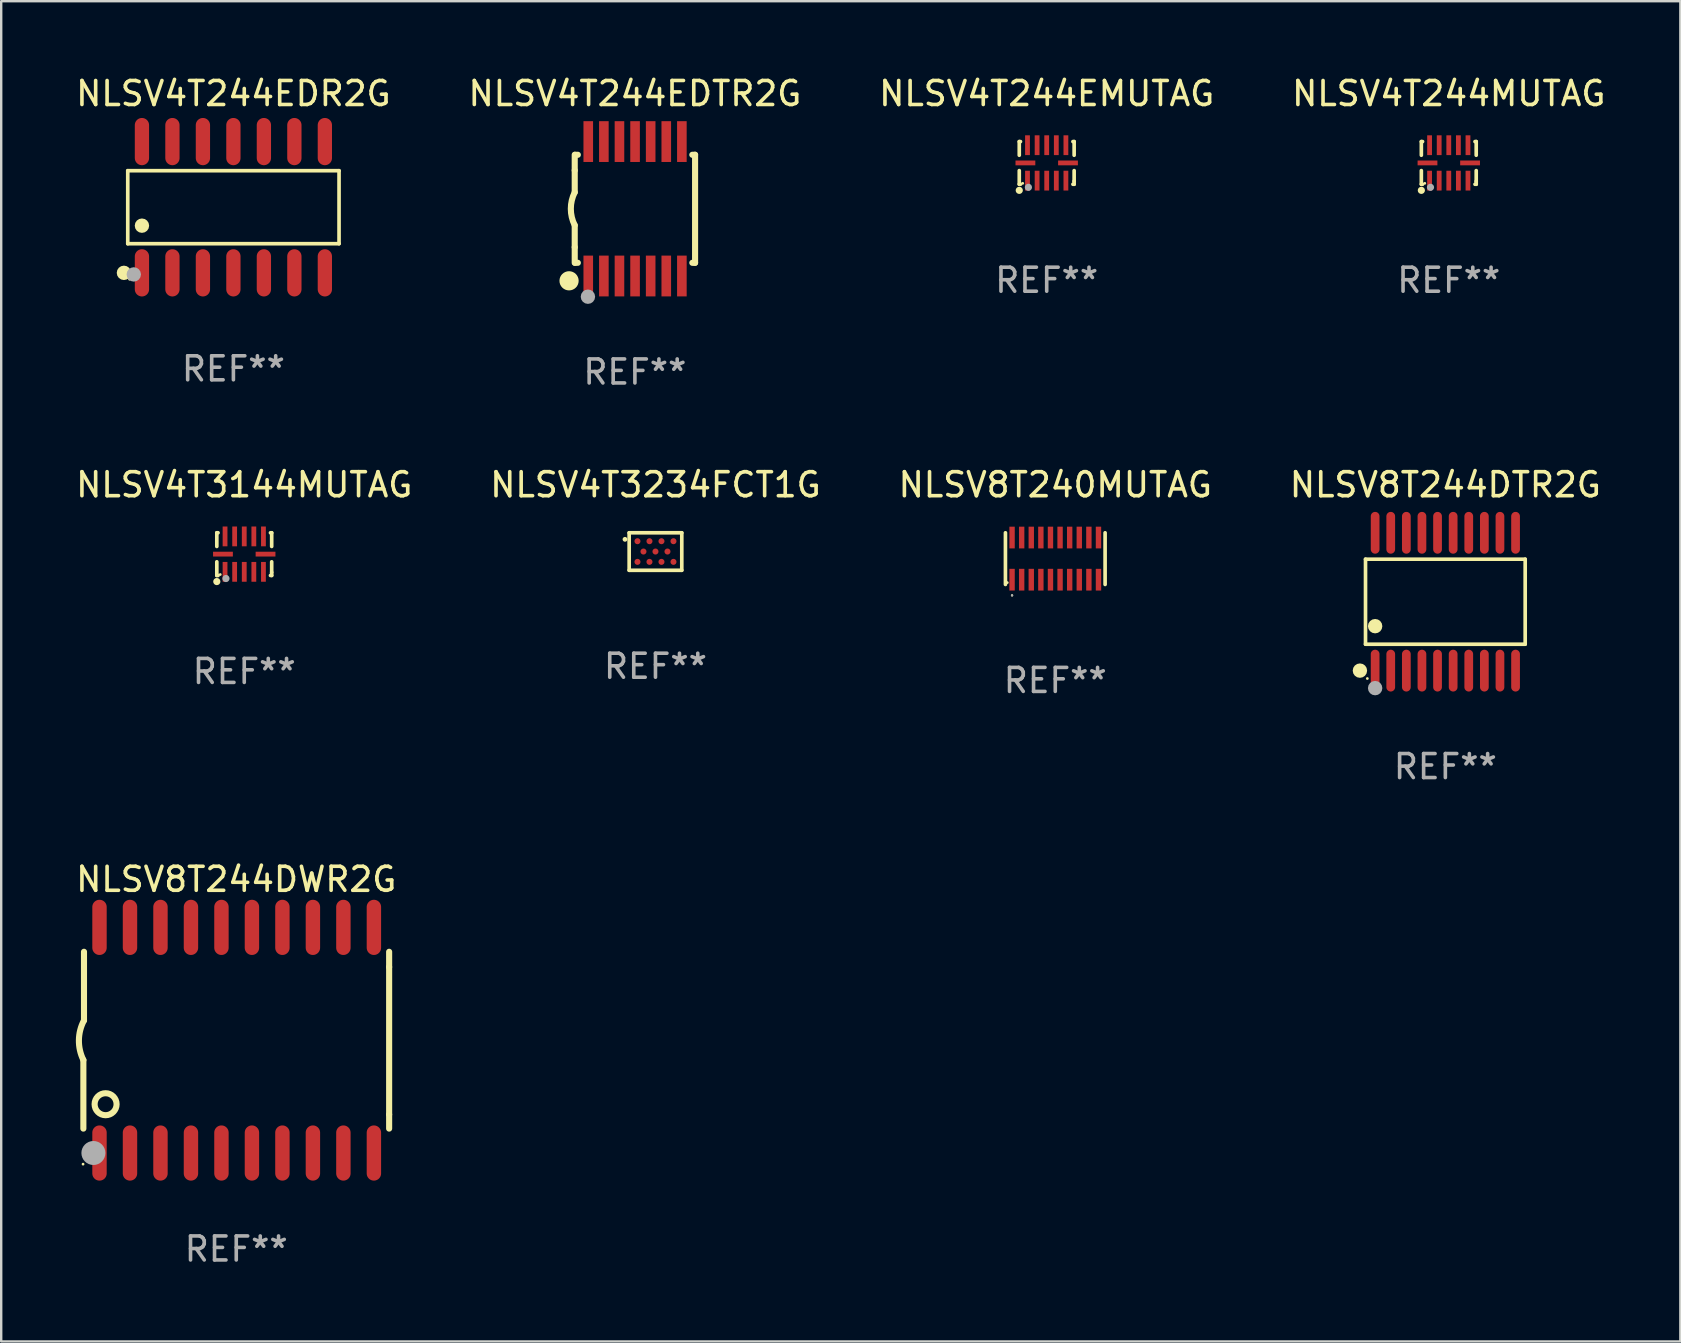
<source format=kicad_pcb>
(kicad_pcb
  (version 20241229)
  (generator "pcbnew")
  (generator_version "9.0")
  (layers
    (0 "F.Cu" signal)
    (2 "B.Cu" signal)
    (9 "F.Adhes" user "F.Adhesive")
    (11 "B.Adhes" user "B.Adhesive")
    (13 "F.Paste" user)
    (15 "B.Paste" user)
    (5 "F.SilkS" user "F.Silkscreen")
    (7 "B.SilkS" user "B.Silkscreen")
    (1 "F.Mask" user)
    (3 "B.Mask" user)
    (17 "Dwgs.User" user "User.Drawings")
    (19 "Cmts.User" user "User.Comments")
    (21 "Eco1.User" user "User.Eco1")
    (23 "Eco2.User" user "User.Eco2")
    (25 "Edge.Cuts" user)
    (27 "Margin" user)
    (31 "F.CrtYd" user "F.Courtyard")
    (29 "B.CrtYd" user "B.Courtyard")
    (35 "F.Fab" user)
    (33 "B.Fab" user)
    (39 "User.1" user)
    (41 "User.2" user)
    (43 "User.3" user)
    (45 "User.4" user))
  (footprint "NLSV8T240MUTAG"
    (layer "F.Cu")
    (at 40.911 20.221)
    (property "Reference" "NLSV8T240MUTAG" (at 0 -3.076 0) (layer "F.SilkS") (effects (font (size 1 1) (thickness 0.15))))
    (attr through_hole)
    (fp_line (start -2.076 1.076) (end -2.076 -1.076) (stroke (width 0.152) (type solid)) (layer "F.SilkS"))
    (fp_line (start 2.076 1.076) (end 2.076 -1.076) (stroke (width 0.152) (type solid)) (layer "F.SilkS"))
    (fp_circle (center -2 1) (end -1.97 1) (stroke (width 0.06) (type solid)) (fill no) (layer "F.SilkS"))
    (fp_circle (center -1.8 1.531) (end -1.775 1.531) (stroke (width 0.05) (type solid)) (fill no) (layer "F.SilkS"))
    (fp_circle (center -1.8 1.531) (end -1.775 1.531) (stroke (width 0.05) (type solid)) (fill no) (layer "F.Fab"))
    (fp_text user "REF**" (at 0 5.076 0) (layer "F.Fab") (effects (font (size 1 1) (thickness 0.15))))
    (pad "1" smd rect (at -1.8 0.878) (size 0.224 0.905) (layers "F.Cu" "F.Mask" "F.Paste"))
    (pad "2" smd rect (at -1.4 0.878) (size 0.224 0.905) (layers "F.Cu" "F.Mask" "F.Paste"))
    (pad "3" smd rect (at -1 0.878) (size 0.224 0.905) (layers "F.Cu" "F.Mask" "F.Paste"))
    (pad "4" smd rect (at -0.6 0.878) (size 0.224 0.905) (layers "F.Cu" "F.Mask" "F.Paste"))
    (pad "5" smd rect (at -0.2 0.878) (size 0.224 0.905) (layers "F.Cu" "F.Mask" "F.Paste"))
    (pad "6" smd rect (at 0.2 0.878) (size 0.224 0.905) (layers "F.Cu" "F.Mask" "F.Paste"))
    (pad "7" smd rect (at 0.6 0.878) (size 0.224 0.905) (layers "F.Cu" "F.Mask" "F.Paste"))
    (pad "8" smd rect (at 1 0.878) (size 0.224 0.905) (layers "F.Cu" "F.Mask" "F.Paste"))
    (pad "9" smd rect (at 1.4 0.878) (size 0.224 0.905) (layers "F.Cu" "F.Mask" "F.Paste"))
    (pad "10" smd rect (at 1.8 0.878) (size 0.224 0.905) (layers "F.Cu" "F.Mask" "F.Paste"))
    (pad "11" smd rect (at 1.8 -0.878) (size 0.224 0.905) (layers "F.Cu" "F.Mask" "F.Paste"))
    (pad "12" smd rect (at 1.4 -0.878) (size 0.224 0.905) (layers "F.Cu" "F.Mask" "F.Paste"))
    (pad "13" smd rect (at 1 -0.878) (size 0.224 0.905) (layers "F.Cu" "F.Mask" "F.Paste"))
    (pad "14" smd rect (at 0.6 -0.878) (size 0.224 0.905) (layers "F.Cu" "F.Mask" "F.Paste"))
    (pad "15" smd rect (at 0.2 -0.878) (size 0.224 0.905) (layers "F.Cu" "F.Mask" "F.Paste"))
    (pad "16" smd rect (at -0.2 -0.878) (size 0.224 0.905) (layers "F.Cu" "F.Mask" "F.Paste"))
    (pad "17" smd rect (at -0.6 -0.878) (size 0.224 0.905) (layers "F.Cu" "F.Mask" "F.Paste"))
    (pad "18" smd rect (at -1 -0.878) (size 0.224 0.905) (layers "F.Cu" "F.Mask" "F.Paste"))
    (pad "19" smd rect (at -1.4 -0.878) (size 0.224 0.905) (layers "F.Cu" "F.Mask" "F.Paste"))
    (pad "20" smd rect (at -1.8 -0.878) (size 0.224 0.905) (layers "F.Cu" "F.Mask" "F.Paste")))
  (footprint "NLSV4T3144MUTAG"
    (layer "F.Cu")
    (at 7.125 20.034)
    (property "Reference" "NLSV4T3144MUTAG" (at 0 -2.889 0) (layer "F.SilkS") (effects (font (size 1 1) (thickness 0.15))))
    (attr through_hole)
    (fp_line (start -1.143 -0.889) (end -1.143 -0.32) (stroke (width 0.152) (type solid)) (layer "F.SilkS"))
    (fp_line (start -1.143 0.32) (end -1.143 0.889) (stroke (width 0.152) (type solid)) (layer "F.SilkS"))
    (fp_line (start -1.143 0.889) (end -1.092 0.889) (stroke (width 0.152) (type solid)) (layer "F.SilkS"))
    (fp_line (start -1.092 -0.889) (end -1.143 -0.889) (stroke (width 0.152) (type solid)) (layer "F.SilkS"))
    (fp_line (start 1.092 0.889) (end 1.143 0.889) (stroke (width 0.152) (type solid)) (layer "F.SilkS"))
    (fp_line (start 1.143 -0.889) (end 1.092 -0.889) (stroke (width 0.152) (type solid)) (layer "F.SilkS"))
    (fp_line (start 1.143 -0.32) (end 1.143 -0.889) (stroke (width 0.152) (type solid)) (layer "F.SilkS"))
    (fp_line (start 1.143 0.762) (end 1.143 0.32) (stroke (width 0.152) (type solid)) (layer "F.SilkS"))
    (fp_line (start 1.143 0.889) (end 1.143 0.762) (stroke (width 0.152) (type solid)) (layer "F.SilkS"))
    (fp_circle (center -1.143 1.143) (end -1.068 1.143) (stroke (width 0.15) (type solid)) (fill no) (layer "F.SilkS"))
    (fp_circle (center -1 0.85) (end -0.97 0.85) (stroke (width 0.06) (type solid)) (fill no) (layer "F.SilkS"))
    (fp_circle (center -0.762 1.016) (end -0.687 1.016) (stroke (width 0.15) (type solid)) (fill no) (layer "F.Fab"))
    (fp_text user "REF**" (at 0 4.889 0) (layer "F.Fab") (effects (font (size 1 1) (thickness 0.15))))
    (pad "1" smd rect (at -0.8 0.738) (size 0.2 0.825) (layers "F.Cu" "F.Mask" "F.Paste"))
    (pad "2" smd rect (at -0.4 0.738) (size 0.2 0.825) (layers "F.Cu" "F.Mask" "F.Paste"))
    (pad "3" smd rect (at 0 0.738) (size 0.2 0.825) (layers "F.Cu" "F.Mask" "F.Paste"))
    (pad "4" smd rect (at 0.4 0.738) (size 0.2 0.825) (layers "F.Cu" "F.Mask" "F.Paste"))
    (pad "5" smd rect (at 0.8 0.738) (size 0.2 0.825) (layers "F.Cu" "F.Mask" "F.Paste"))
    (pad "6" smd rect (at 0.887 0) (size 0.825 0.2) (layers "F.Cu" "F.Mask" "F.Paste"))
    (pad "7" smd rect (at 0.8 -0.738) (size 0.2 0.825) (layers "F.Cu" "F.Mask" "F.Paste"))
    (pad "8" smd rect (at 0.4 -0.738) (size 0.2 0.825) (layers "F.Cu" "F.Mask" "F.Paste"))
    (pad "9" smd rect (at 0 -0.738) (size 0.2 0.825) (layers "F.Cu" "F.Mask" "F.Paste"))
    (pad "10" smd rect (at -0.4 -0.738) (size 0.2 0.825) (layers "F.Cu" "F.Mask" "F.Paste"))
    (pad "11" smd rect (at -0.8 -0.738) (size 0.2 0.825) (layers "F.Cu" "F.Mask" "F.Paste"))
    (pad "12" smd rect (at -0.887 0) (size 0.825 0.2) (layers "F.Cu" "F.Mask" "F.Paste")))
  (footprint "NLSV4T244EDR2G"
    (layer "F.Cu")
    (at 6.673 5.582)
    (property "Reference" "NLSV4T244EDR2G" (at 0 -4.734 0) (layer "F.SilkS") (effects (font (size 1 1) (thickness 0.15))))
    (attr through_hole)
    (fp_line (start -4.401 -1.521) (end 4.401 -1.521) (stroke (width 0.152) (type solid)) (layer "F.SilkS"))
    (fp_line (start -4.401 1.521) (end -4.401 -1.521) (stroke (width 0.152) (type solid)) (layer "F.SilkS"))
    (fp_line (start 4.401 -1.521) (end 4.401 1.521) (stroke (width 0.152) (type solid)) (layer "F.SilkS"))
    (fp_line (start 4.401 1.521) (end -4.401 1.521) (stroke (width 0.152) (type solid)) (layer "F.SilkS"))
    (fp_circle (center -4.56 2.734) (end -4.41 2.734) (stroke (width 0.3) (type solid)) (fill no) (layer "F.SilkS"))
    (fp_circle (center -4.325 3) (end -4.295 3) (stroke (width 0.06) (type solid)) (fill no) (layer "F.SilkS"))
    (fp_circle (center -3.81 0.769) (end -3.66 0.769) (stroke (width 0.3) (type solid)) (fill no) (layer "F.SilkS"))
    (fp_circle (center -4.15 2.8) (end -4 2.8) (stroke (width 0.3) (type solid)) (fill no) (layer "F.Fab"))
    (fp_text user "REF**" (at 0 6.734 0) (layer "F.Fab") (effects (font (size 1 1) (thickness 0.15))))
    (pad "1" smd oval (at -3.81 2.734) (size 0.595 1.968) (layers "F.Cu" "F.Mask" "F.Paste"))
    (pad "2" smd oval (at -2.54 2.734) (size 0.595 1.968) (layers "F.Cu" "F.Mask" "F.Paste"))
    (pad "3" smd oval (at -1.27 2.734) (size 0.595 1.968) (layers "F.Cu" "F.Mask" "F.Paste"))
    (pad "4" smd oval (at 0 2.734) (size 0.595 1.968) (layers "F.Cu" "F.Mask" "F.Paste"))
    (pad "5" smd oval (at 1.27 2.734) (size 0.595 1.968) (layers "F.Cu" "F.Mask" "F.Paste"))
    (pad "6" smd oval (at 2.54 2.734) (size 0.595 1.968) (layers "F.Cu" "F.Mask" "F.Paste"))
    (pad "7" smd oval (at 3.81 2.734) (size 0.595 1.968) (layers "F.Cu" "F.Mask" "F.Paste"))
    (pad "8" smd oval (at 3.81 -2.734) (size 0.595 1.968) (layers "F.Cu" "F.Mask" "F.Paste"))
    (pad "9" smd oval (at 2.54 -2.734) (size 0.595 1.968) (layers "F.Cu" "F.Mask" "F.Paste"))
    (pad "10" smd oval (at 1.27 -2.734) (size 0.595 1.968) (layers "F.Cu" "F.Mask" "F.Paste"))
    (pad "11" smd oval (at 0 -2.734) (size 0.595 1.968) (layers "F.Cu" "F.Mask" "F.Paste"))
    (pad "12" smd oval (at -1.27 -2.734) (size 0.595 1.968) (layers "F.Cu" "F.Mask" "F.Paste"))
    (pad "13" smd oval (at -2.54 -2.734) (size 0.595 1.968) (layers "F.Cu" "F.Mask" "F.Paste"))
    (pad "14" smd oval (at -3.81 -2.734) (size 0.595 1.968) (layers "F.Cu" "F.Mask" "F.Paste")))
  (footprint "NLSV8T244DTR2G"
    (layer "F.Cu")
    (at 57.161 22.016)
    (property "Reference" "NLSV8T244DTR2G" (at 0 -4.871 0) (layer "F.SilkS") (effects (font (size 1 1) (thickness 0.15))))
    (attr through_hole)
    (fp_line (start -3.326 -1.771) (end 3.326 -1.771) (stroke (width 0.152) (type solid)) (layer "F.SilkS"))
    (fp_line (start -3.326 1.771) (end -3.326 -1.771) (stroke (width 0.152) (type solid)) (layer "F.SilkS"))
    (fp_line (start 3.326 -1.771) (end 3.326 1.771) (stroke (width 0.152) (type solid)) (layer "F.SilkS"))
    (fp_line (start 3.326 1.771) (end -3.326 1.771) (stroke (width 0.152) (type solid)) (layer "F.SilkS"))
    (fp_circle (center -3.559 2.871) (end -3.409 2.871) (stroke (width 0.3) (type solid)) (fill no) (layer "F.SilkS"))
    (fp_circle (center -3.25 3.2) (end -3.22 3.2) (stroke (width 0.06) (type solid)) (fill no) (layer "F.SilkS"))
    (fp_circle (center -2.925 1.019) (end -2.775 1.019) (stroke (width 0.3) (type solid)) (fill no) (layer "F.SilkS"))
    (fp_circle (center -2.925 3.6) (end -2.775 3.6) (stroke (width 0.3) (type solid)) (fill no) (layer "F.Fab"))
    (fp_text user "REF**" (at 0 6.871 0) (layer "F.Fab") (effects (font (size 1 1) (thickness 0.15))))
    (pad "1" smd oval (at -2.925 2.871) (size 0.364 1.742) (layers "F.Cu" "F.Mask" "F.Paste"))
    (pad "2" smd oval (at -2.275 2.871) (size 0.364 1.742) (layers "F.Cu" "F.Mask" "F.Paste"))
    (pad "3" smd oval (at -1.625 2.871) (size 0.364 1.742) (layers "F.Cu" "F.Mask" "F.Paste"))
    (pad "4" smd oval (at -0.975 2.871) (size 0.364 1.742) (layers "F.Cu" "F.Mask" "F.Paste"))
    (pad "5" smd oval (at -0.325 2.871) (size 0.364 1.742) (layers "F.Cu" "F.Mask" "F.Paste"))
    (pad "6" smd oval (at 0.325 2.871) (size 0.364 1.742) (layers "F.Cu" "F.Mask" "F.Paste"))
    (pad "7" smd oval (at 0.975 2.871) (size 0.364 1.742) (layers "F.Cu" "F.Mask" "F.Paste"))
    (pad "8" smd oval (at 1.625 2.871) (size 0.364 1.742) (layers "F.Cu" "F.Mask" "F.Paste"))
    (pad "9" smd oval (at 2.275 2.871) (size 0.364 1.742) (layers "F.Cu" "F.Mask" "F.Paste"))
    (pad "10" smd oval (at 2.925 2.871) (size 0.364 1.742) (layers "F.Cu" "F.Mask" "F.Paste"))
    (pad "11" smd oval (at 2.925 -2.871) (size 0.364 1.742) (layers "F.Cu" "F.Mask" "F.Paste"))
    (pad "12" smd oval (at 2.275 -2.871) (size 0.364 1.742) (layers "F.Cu" "F.Mask" "F.Paste"))
    (pad "13" smd oval (at 1.625 -2.871) (size 0.364 1.742) (layers "F.Cu" "F.Mask" "F.Paste"))
    (pad "14" smd oval (at 0.975 -2.871) (size 0.364 1.742) (layers "F.Cu" "F.Mask" "F.Paste"))
    (pad "15" smd oval (at 0.325 -2.871) (size 0.364 1.742) (layers "F.Cu" "F.Mask" "F.Paste"))
    (pad "16" smd oval (at -0.325 -2.871) (size 0.364 1.742) (layers "F.Cu" "F.Mask" "F.Paste"))
    (pad "17" smd oval (at -0.975 -2.871) (size 0.364 1.742) (layers "F.Cu" "F.Mask" "F.Paste"))
    (pad "18" smd oval (at -1.625 -2.871) (size 0.364 1.742) (layers "F.Cu" "F.Mask" "F.Paste"))
    (pad "19" smd oval (at -2.275 -2.871) (size 0.364 1.742) (layers "F.Cu" "F.Mask" "F.Paste"))
    (pad "20" smd oval (at -2.925 -2.871) (size 0.364 1.742) (layers "F.Cu" "F.Mask" "F.Paste")))
  (footprint "NLSV8T244DWR2G"
    (layer "F.Cu")
    (at 6.792 40.283)
    (property "Reference" "NLSV8T244DWR2G" (at 0 -6.7 0) (layer "F.SilkS") (effects (font (size 1 1) (thickness 0.15))))
    (attr through_hole)
    (fp_line (start -6.369 0.826) (end -6.369 3.683) (stroke (width 0.254) (type solid)) (layer "F.SilkS"))
    (fp_line (start -6.343 -0.825) (end -6.343 -3.683) (stroke (width 0.254) (type solid)) (layer "F.SilkS"))
    (fp_line (start 6.369 -3.048) (end 6.369 -3.683) (stroke (width 0.254) (type solid)) (layer "F.SilkS"))
    (fp_line (start 6.369 -3.048) (end 6.369 3.096) (stroke (width 0.254) (type solid)) (layer "F.SilkS"))
    (fp_line (start 6.369 3.096) (end 6.369 3.683) (stroke (width 0.254) (type solid)) (layer "F.SilkS"))
    (fp_arc (start -6.36853 0.825552) (mid -6.554743 -0.00301) (end -6.343129 -0.825451) (stroke (width 0.254001) (type solid)) (layer "F.SilkS"))
    (fp_circle (center -6.382 5.163) (end -6.352 5.163) (stroke (width 0.06) (type solid)) (fill no) (layer "F.SilkS"))
    (fp_circle (center -5.443 2.667) (end -4.985 2.667) (stroke (width 0.254) (type solid)) (fill no) (layer "F.SilkS"))
    (fp_circle (center -5.951 4.699) (end -5.701 4.699) (stroke (width 0.5) (type solid)) (fill no) (layer "F.Fab"))
    (fp_text user "REF**" (at 0 8.7 0) (layer "F.Fab") (effects (font (size 1 1) (thickness 0.15))))
    (pad "1" smd oval (at -5.697 4.7 180) (size 0.6 2.3) (layers "F.Cu" "F.Mask" "F.Paste"))
    (pad "2" smd oval (at -4.427 4.7 180) (size 0.6 2.3) (layers "F.Cu" "F.Mask" "F.Paste"))
    (pad "3" smd oval (at -3.157 4.7 180) (size 0.6 2.3) (layers "F.Cu" "F.Mask" "F.Paste"))
    (pad "4" smd oval (at -1.887 4.7 180) (size 0.6 2.3) (layers "F.Cu" "F.Mask" "F.Paste"))
    (pad "5" smd oval (at -0.617 4.7 180) (size 0.6 2.3) (layers "F.Cu" "F.Mask" "F.Paste"))
    (pad "6" smd oval (at 0.653 4.7 180) (size 0.6 2.3) (layers "F.Cu" "F.Mask" "F.Paste"))
    (pad "7" smd oval (at 1.923 4.7 180) (size 0.6 2.3) (layers "F.Cu" "F.Mask" "F.Paste"))
    (pad "8" smd oval (at 3.193 4.7 180) (size 0.6 2.3) (layers "F.Cu" "F.Mask" "F.Paste"))
    (pad "9" smd oval (at 4.463 4.7 180) (size 0.6 2.3) (layers "F.Cu" "F.Mask" "F.Paste"))
    (pad "10" smd oval (at 5.734 4.7 180) (size 0.6 2.3) (layers "F.Cu" "F.Mask" "F.Paste"))
    (pad "11" smd oval (at 5.734 -4.7 180) (size 0.6 2.3) (layers "F.Cu" "F.Mask" "F.Paste"))
    (pad "12" smd oval (at 4.463 -4.7 180) (size 0.6 2.3) (layers "F.Cu" "F.Mask" "F.Paste"))
    (pad "13" smd oval (at 3.193 -4.7 180) (size 0.6 2.3) (layers "F.Cu" "F.Mask" "F.Paste"))
    (pad "14" smd oval (at 1.923 -4.7 180) (size 0.6 2.3) (layers "F.Cu" "F.Mask" "F.Paste"))
    (pad "15" smd oval (at 0.653 -4.7 180) (size 0.6 2.3) (layers "F.Cu" "F.Mask" "F.Paste"))
    (pad "16" smd oval (at -0.617 -4.7 180) (size 0.6 2.3) (layers "F.Cu" "F.Mask" "F.Paste"))
    (pad "17" smd oval (at -1.887 -4.7 180) (size 0.6 2.3) (layers "F.Cu" "F.Mask" "F.Paste"))
    (pad "18" smd oval (at -3.157 -4.7 180) (size 0.6 2.3) (layers "F.Cu" "F.Mask" "F.Paste"))
    (pad "19" smd oval (at -4.427 -4.7 180) (size 0.6 2.3) (layers "F.Cu" "F.Mask" "F.Paste"))
    (pad "20" smd oval (at -5.697 -4.7 180) (size 0.6 2.3) (layers "F.Cu" "F.Mask" "F.Paste")))
  (footprint "NLSV4T244MUTAG"
    (layer "F.Cu")
    (at 57.304 3.737)
    (property "Reference" "NLSV4T244MUTAG" (at 0 -2.889 0) (layer "F.SilkS") (effects (font (size 1 1) (thickness 0.15))))
    (attr through_hole)
    (fp_line (start -1.143 -0.889) (end -1.143 -0.32) (stroke (width 0.152) (type solid)) (layer "F.SilkS"))
    (fp_line (start -1.143 0.32) (end -1.143 0.889) (stroke (width 0.152) (type solid)) (layer "F.SilkS"))
    (fp_line (start -1.143 0.889) (end -1.092 0.889) (stroke (width 0.152) (type solid)) (layer "F.SilkS"))
    (fp_line (start -1.092 -0.889) (end -1.143 -0.889) (stroke (width 0.152) (type solid)) (layer "F.SilkS"))
    (fp_line (start 1.092 0.889) (end 1.143 0.889) (stroke (width 0.152) (type solid)) (layer "F.SilkS"))
    (fp_line (start 1.143 -0.889) (end 1.092 -0.889) (stroke (width 0.152) (type solid)) (layer "F.SilkS"))
    (fp_line (start 1.143 -0.32) (end 1.143 -0.889) (stroke (width 0.152) (type solid)) (layer "F.SilkS"))
    (fp_line (start 1.143 0.762) (end 1.143 0.32) (stroke (width 0.152) (type solid)) (layer "F.SilkS"))
    (fp_line (start 1.143 0.889) (end 1.143 0.762) (stroke (width 0.152) (type solid)) (layer "F.SilkS"))
    (fp_circle (center -1.143 1.143) (end -1.068 1.143) (stroke (width 0.15) (type solid)) (fill no) (layer "F.SilkS"))
    (fp_circle (center -1 0.85) (end -0.97 0.85) (stroke (width 0.06) (type solid)) (fill no) (layer "F.SilkS"))
    (fp_circle (center -0.762 1.016) (end -0.687 1.016) (stroke (width 0.15) (type solid)) (fill no) (layer "F.Fab"))
    (fp_text user "REF**" (at 0 4.889 0) (layer "F.Fab") (effects (font (size 1 1) (thickness 0.15))))
    (pad "1" smd rect (at -0.8 0.738) (size 0.2 0.825) (layers "F.Cu" "F.Mask" "F.Paste"))
    (pad "2" smd rect (at -0.4 0.738) (size 0.2 0.825) (layers "F.Cu" "F.Mask" "F.Paste"))
    (pad "3" smd rect (at 0 0.738) (size 0.2 0.825) (layers "F.Cu" "F.Mask" "F.Paste"))
    (pad "4" smd rect (at 0.4 0.738) (size 0.2 0.825) (layers "F.Cu" "F.Mask" "F.Paste"))
    (pad "5" smd rect (at 0.8 0.738) (size 0.2 0.825) (layers "F.Cu" "F.Mask" "F.Paste"))
    (pad "6" smd rect (at 0.887 0) (size 0.825 0.2) (layers "F.Cu" "F.Mask" "F.Paste"))
    (pad "7" smd rect (at 0.8 -0.738) (size 0.2 0.825) (layers "F.Cu" "F.Mask" "F.Paste"))
    (pad "8" smd rect (at 0.4 -0.738) (size 0.2 0.825) (layers "F.Cu" "F.Mask" "F.Paste"))
    (pad "9" smd rect (at 0 -0.738) (size 0.2 0.825) (layers "F.Cu" "F.Mask" "F.Paste"))
    (pad "10" smd rect (at -0.4 -0.738) (size 0.2 0.825) (layers "F.Cu" "F.Mask" "F.Paste"))
    (pad "11" smd rect (at -0.8 -0.738) (size 0.2 0.825) (layers "F.Cu" "F.Mask" "F.Paste"))
    (pad "12" smd rect (at -0.887 0) (size 0.825 0.2) (layers "F.Cu" "F.Mask" "F.Paste")))
  (footprint "NLSV4T3234FCT1G"
    (layer "F.Cu")
    (at 24.256 19.926)
    (property "Reference" "NLSV4T3234FCT1G" (at 0 -2.781 0) (layer "F.SilkS") (effects (font (size 1 1) (thickness 0.15))))
    (attr through_hole)
    (fp_line (start -1.096 -0.781) (end 1.096 -0.781) (stroke (width 0.152) (type solid)) (layer "F.SilkS"))
    (fp_line (start -1.096 0.781) (end -1.096 -0.781) (stroke (width 0.152) (type solid)) (layer "F.SilkS"))
    (fp_line (start 1.096 -0.781) (end 1.096 0.781) (stroke (width 0.152) (type solid)) (layer "F.SilkS"))
    (fp_line (start 1.096 0.781) (end -1.096 0.781) (stroke (width 0.152) (type solid)) (layer "F.SilkS"))
    (fp_circle (center -1.27 -0.508) (end -1.22 -0.508) (stroke (width 0.1) (type solid)) (fill no) (layer "F.SilkS"))
    (fp_text user "REF**" (at 0 4.781 0) (layer "F.Fab") (effects (font (size 1 1) (thickness 0.15))))
    (pad "A1" smd circle (at -0.75 -0.43) (size 0.252 0.252) (layers "F.Cu" "F.Mask" "F.Paste"))
    (pad "A3" smd circle (at -0.25 -0.43) (size 0.252 0.252) (layers "F.Cu" "F.Mask" "F.Paste"))
    (pad "A5" smd circle (at 0.25 -0.43) (size 0.252 0.252) (layers "F.Cu" "F.Mask" "F.Paste"))
    (pad "A7" smd circle (at 0.75 -0.43) (size 0.252 0.252) (layers "F.Cu" "F.Mask" "F.Paste"))
    (pad "B2" smd circle (at -0.5 0) (size 0.252 0.252) (layers "F.Cu" "F.Mask" "F.Paste"))
    (pad "B4" smd circle (at 0 0) (size 0.252 0.252) (layers "F.Cu" "F.Mask" "F.Paste"))
    (pad "B6" smd circle (at 0.5 0) (size 0.252 0.252) (layers "F.Cu" "F.Mask" "F.Paste"))
    (pad "C1" smd circle (at -0.75 0.43) (size 0.252 0.252) (layers "F.Cu" "F.Mask" "F.Paste"))
    (pad "C3" smd circle (at -0.25 0.43) (size 0.252 0.252) (layers "F.Cu" "F.Mask" "F.Paste"))
    (pad "C5" smd circle (at 0.25 0.43) (size 0.252 0.252) (layers "F.Cu" "F.Mask" "F.Paste"))
    (pad "C7" smd circle (at 0.75 0.43) (size 0.252 0.252) (layers "F.Cu" "F.Mask" "F.Paste")))
  (footprint "NLSV4T244EMUTAG"
    (layer "F.Cu")
    (at 40.554 3.737)
    (property "Reference" "NLSV4T244EMUTAG" (at 0 -2.889 0) (layer "F.SilkS") (effects (font (size 1 1) (thickness 0.15))))
    (attr through_hole)
    (fp_line (start -1.143 -0.889) (end -1.143 -0.32) (stroke (width 0.152) (type solid)) (layer "F.SilkS"))
    (fp_line (start -1.143 0.32) (end -1.143 0.889) (stroke (width 0.152) (type solid)) (layer "F.SilkS"))
    (fp_line (start -1.143 0.889) (end -1.092 0.889) (stroke (width 0.152) (type solid)) (layer "F.SilkS"))
    (fp_line (start -1.092 -0.889) (end -1.143 -0.889) (stroke (width 0.152) (type solid)) (layer "F.SilkS"))
    (fp_line (start 1.092 0.889) (end 1.143 0.889) (stroke (width 0.152) (type solid)) (layer "F.SilkS"))
    (fp_line (start 1.143 -0.889) (end 1.092 -0.889) (stroke (width 0.152) (type solid)) (layer "F.SilkS"))
    (fp_line (start 1.143 -0.32) (end 1.143 -0.889) (stroke (width 0.152) (type solid)) (layer "F.SilkS"))
    (fp_line (start 1.143 0.762) (end 1.143 0.32) (stroke (width 0.152) (type solid)) (layer "F.SilkS"))
    (fp_line (start 1.143 0.889) (end 1.143 0.762) (stroke (width 0.152) (type solid)) (layer "F.SilkS"))
    (fp_circle (center -1.143 1.143) (end -1.068 1.143) (stroke (width 0.15) (type solid)) (fill no) (layer "F.SilkS"))
    (fp_circle (center -1 0.85) (end -0.97 0.85) (stroke (width 0.06) (type solid)) (fill no) (layer "F.SilkS"))
    (fp_circle (center -0.762 1.016) (end -0.687 1.016) (stroke (width 0.15) (type solid)) (fill no) (layer "F.Fab"))
    (fp_text user "REF**" (at 0 4.889 0) (layer "F.Fab") (effects (font (size 1 1) (thickness 0.15))))
    (pad "1" smd rect (at -0.8 0.738) (size 0.2 0.825) (layers "F.Cu" "F.Mask" "F.Paste"))
    (pad "2" smd rect (at -0.4 0.738) (size 0.2 0.825) (layers "F.Cu" "F.Mask" "F.Paste"))
    (pad "3" smd rect (at 0 0.738) (size 0.2 0.825) (layers "F.Cu" "F.Mask" "F.Paste"))
    (pad "4" smd rect (at 0.4 0.738) (size 0.2 0.825) (layers "F.Cu" "F.Mask" "F.Paste"))
    (pad "5" smd rect (at 0.8 0.738) (size 0.2 0.825) (layers "F.Cu" "F.Mask" "F.Paste"))
    (pad "6" smd rect (at 0.887 0) (size 0.825 0.2) (layers "F.Cu" "F.Mask" "F.Paste"))
    (pad "7" smd rect (at 0.8 -0.738) (size 0.2 0.825) (layers "F.Cu" "F.Mask" "F.Paste"))
    (pad "8" smd rect (at 0.4 -0.738) (size 0.2 0.825) (layers "F.Cu" "F.Mask" "F.Paste"))
    (pad "9" smd rect (at 0 -0.738) (size 0.2 0.825) (layers "F.Cu" "F.Mask" "F.Paste"))
    (pad "10" smd rect (at -0.4 -0.738) (size 0.2 0.825) (layers "F.Cu" "F.Mask" "F.Paste"))
    (pad "11" smd rect (at -0.8 -0.738) (size 0.2 0.825) (layers "F.Cu" "F.Mask" "F.Paste"))
    (pad "12" smd rect (at -0.887 0) (size 0.825 0.2) (layers "F.Cu" "F.Mask" "F.Paste")))
  (footprint "NLSV4T244EDTR2G"
    (layer "F.Cu")
    (at 23.399 5.648)
    (property "Reference" "NLSV4T244EDTR2G" (at 0 -4.8 0) (layer "F.SilkS") (effects (font (size 1 1) (thickness 0.15))))
    (attr through_hole)
    (fp_line (start -2.507 -1.6) (end -2.507 -2.25) (stroke (width 0.254) (type solid)) (layer "F.SilkS"))
    (fp_line (start -2.507 -0.686) (end -2.507 -1.6) (stroke (width 0.254) (type solid)) (layer "F.SilkS"))
    (fp_line (start -2.507 1.6) (end -2.507 0.686) (stroke (width 0.254) (type solid)) (layer "F.SilkS"))
    (fp_line (start -2.507 1.6) (end -2.507 2.25) (stroke (width 0.254) (type solid)) (layer "F.SilkS"))
    (fp_line (start -2.493 -2.25) (end -2.377 -2.25) (stroke (width 0.254) (type solid)) (layer "F.SilkS"))
    (fp_line (start -2.377 2.25) (end -2.493 2.25) (stroke (width 0.254) (type solid)) (layer "F.SilkS"))
    (fp_line (start 2.392 -2.25) (end 2.507 -2.25) (stroke (width 0.254) (type solid)) (layer "F.SilkS"))
    (fp_line (start 2.507 -2.25) (end 2.507 2.25) (stroke (width 0.254) (type solid)) (layer "F.SilkS"))
    (fp_line (start 2.507 2.25) (end 2.392 2.25) (stroke (width 0.254) (type solid)) (layer "F.SilkS"))
    (fp_arc (start -2.507303 0.685802) (mid -2.669199 0) (end -2.507303 -0.685801) (stroke (width 0.254001) (type solid)) (layer "F.SilkS"))
    (fp_circle (center -2.743 3) (end -2.543 3) (stroke (width 0.4) (type solid)) (fill no) (layer "F.SilkS"))
    (fp_circle (center -2.493 3.2) (end -2.463 3.2) (stroke (width 0.06) (type solid)) (fill no) (layer "F.SilkS"))
    (fp_circle (center -1.957 3.662) (end -1.807 3.662) (stroke (width 0.3) (type solid)) (fill no) (layer "F.Fab"))
    (fp_text user "REF**" (at 0 6.8 0) (layer "F.Fab") (effects (font (size 1 1) (thickness 0.15))))
    (pad "1" smd rect (at -1.943 2.8) (size 0.4 1.7) (layers "F.Cu" "F.Mask" "F.Paste"))
    (pad "2" smd rect (at -1.293 2.8) (size 0.4 1.7) (layers "F.Cu" "F.Mask" "F.Paste"))
    (pad "3" smd rect (at -0.643 2.8) (size 0.4 1.7) (layers "F.Cu" "F.Mask" "F.Paste"))
    (pad "4" smd rect (at 0.007 2.8) (size 0.4 1.7) (layers "F.Cu" "F.Mask" "F.Paste"))
    (pad "5" smd rect (at 0.657 2.8) (size 0.4 1.7) (layers "F.Cu" "F.Mask" "F.Paste"))
    (pad "6" smd rect (at 1.307 2.8) (size 0.4 1.7) (layers "F.Cu" "F.Mask" "F.Paste"))
    (pad "7" smd rect (at 1.957 2.8) (size 0.4 1.7) (layers "F.Cu" "F.Mask" "F.Paste"))
    (pad "8" smd rect (at 1.957 -2.8) (size 0.4 1.7) (layers "F.Cu" "F.Mask" "F.Paste"))
    (pad "9" smd rect (at 1.307 -2.8) (size 0.4 1.7) (layers "F.Cu" "F.Mask" "F.Paste"))
    (pad "10" smd rect (at 0.657 -2.8) (size 0.4 1.7) (layers "F.Cu" "F.Mask" "F.Paste"))
    (pad "11" smd rect (at 0.007 -2.8) (size 0.4 1.7) (layers "F.Cu" "F.Mask" "F.Paste"))
    (pad "12" smd rect (at -0.643 -2.8) (size 0.4 1.7) (layers "F.Cu" "F.Mask" "F.Paste"))
    (pad "13" smd rect (at -1.293 -2.8) (size 0.4 1.7) (layers "F.Cu" "F.Mask" "F.Paste"))
    (pad "14" smd rect (at -1.943 -2.8) (size 0.4 1.7) (layers "F.Cu" "F.Mask" "F.Paste")))
  (gr_rect
    (start -3 -3)
    (end 66.952 52.832)
    (stroke (width 0.1) (type default))
    (fill no)
    (layer "Edge.Cuts")))
</source>
